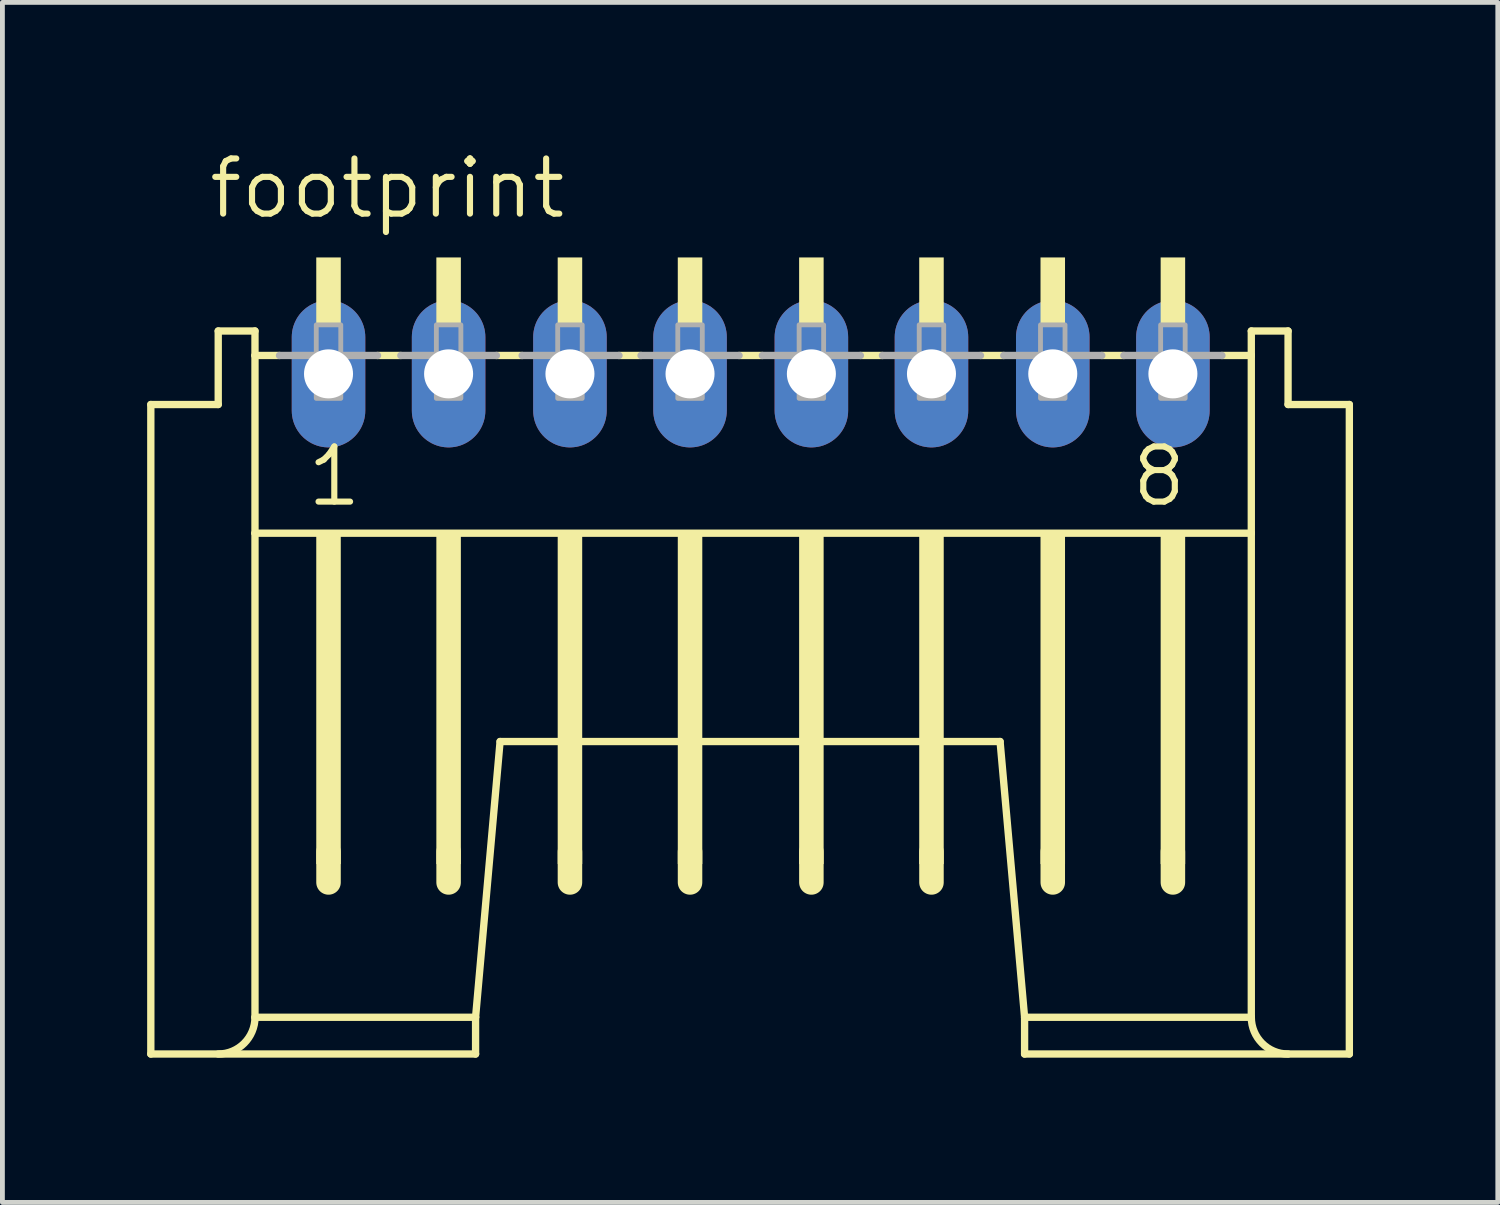
<source format=kicad_pcb>
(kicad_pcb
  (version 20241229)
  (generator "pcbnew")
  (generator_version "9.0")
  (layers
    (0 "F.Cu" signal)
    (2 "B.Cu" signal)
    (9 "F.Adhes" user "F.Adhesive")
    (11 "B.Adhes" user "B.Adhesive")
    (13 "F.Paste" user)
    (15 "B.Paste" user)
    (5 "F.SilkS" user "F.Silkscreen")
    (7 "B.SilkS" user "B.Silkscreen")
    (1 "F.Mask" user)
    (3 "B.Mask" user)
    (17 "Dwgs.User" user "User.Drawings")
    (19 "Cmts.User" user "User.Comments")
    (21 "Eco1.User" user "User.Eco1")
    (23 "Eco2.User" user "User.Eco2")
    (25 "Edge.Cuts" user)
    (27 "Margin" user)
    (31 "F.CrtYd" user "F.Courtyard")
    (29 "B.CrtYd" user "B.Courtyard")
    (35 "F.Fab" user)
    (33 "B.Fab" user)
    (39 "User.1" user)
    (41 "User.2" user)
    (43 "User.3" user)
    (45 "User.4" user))
  (footprint "footprint"
    (layer "F.Cu")
    (at 3.759 6.604)
    (property "Reference" "footprint" (at -2.54 -5.08 0) (layer "F.SilkS") (effects (font (size 1.143 1.143) (thickness 0.127)) (justify left bottom)))
    (fp_line (start -3.683 12.192) (end -3.683 -1.27) (stroke (width 0.152) (type solid)) (layer "F.SilkS"))
    (fp_line (start -3.683 12.192) (end 3.048 12.192) (stroke (width 0.152) (type solid)) (layer "F.SilkS"))
    (fp_line (start -2.286 -1.27) (end -3.683 -1.27) (stroke (width 0.152) (type solid)) (layer "F.SilkS"))
    (fp_line (start -2.286 -1.27) (end -2.286 -2.794) (stroke (width 0.152) (type solid)) (layer "F.SilkS"))
    (fp_line (start -1.524 -2.794) (end -2.286 -2.794) (stroke (width 0.152) (type solid)) (layer "F.SilkS"))
    (fp_line (start -1.524 -2.286) (end -1.524 -2.794) (stroke (width 0.152) (type solid)) (layer "F.SilkS"))
    (fp_line (start -1.524 1.397) (end -1.524 -2.286) (stroke (width 0.152) (type solid)) (layer "F.SilkS"))
    (fp_line (start -1.524 11.43) (end -1.524 1.397) (stroke (width 0.152) (type solid)) (layer "F.SilkS"))
    (fp_line (start -1.524 11.43) (end 3.048 11.43) (stroke (width 0.152) (type solid)) (layer "F.SilkS"))
    (fp_line (start -1.016 -2.286) (end -1.524 -2.286) (stroke (width 0.152) (type solid)) (layer "F.SilkS"))
    (fp_line (start 0 8.001) (end 0 8.636) (stroke (width 0.508) (type solid)) (layer "F.SilkS"))
    (fp_line (start 1.499 -2.286) (end 1.016 -2.286) (stroke (width 0.152) (type solid)) (layer "F.SilkS"))
    (fp_line (start 2.489 8.001) (end 2.489 8.636) (stroke (width 0.508) (type solid)) (layer "F.SilkS"))
    (fp_line (start 3.048 11.43) (end 3.556 5.715) (stroke (width 0.152) (type solid)) (layer "F.SilkS"))
    (fp_line (start 3.048 12.192) (end 3.048 11.43) (stroke (width 0.152) (type solid)) (layer "F.SilkS"))
    (fp_line (start 3.556 5.715) (end 13.919 5.715) (stroke (width 0.152) (type solid)) (layer "F.SilkS"))
    (fp_line (start 4.013 -2.286) (end 3.48 -2.286) (stroke (width 0.152) (type solid)) (layer "F.SilkS"))
    (fp_line (start 5.004 8.001) (end 5.004 8.636) (stroke (width 0.508) (type solid)) (layer "F.SilkS"))
    (fp_line (start 6.477 -2.286) (end 6.02 -2.286) (stroke (width 0.152) (type solid)) (layer "F.SilkS"))
    (fp_line (start 7.493 8.001) (end 7.493 8.636) (stroke (width 0.508) (type solid)) (layer "F.SilkS"))
    (fp_line (start 8.992 -2.286) (end 8.509 -2.286) (stroke (width 0.152) (type solid)) (layer "F.SilkS"))
    (fp_line (start 10.008 8.001) (end 10.008 8.636) (stroke (width 0.508) (type solid)) (layer "F.SilkS"))
    (fp_line (start 11.481 -2.286) (end 11.024 -2.286) (stroke (width 0.152) (type solid)) (layer "F.SilkS"))
    (fp_line (start 12.497 8.001) (end 12.497 8.636) (stroke (width 0.508) (type solid)) (layer "F.SilkS"))
    (fp_line (start 13.995 -2.286) (end 13.513 -2.286) (stroke (width 0.152) (type solid)) (layer "F.SilkS"))
    (fp_line (start 14.427 11.43) (end 13.919 5.715) (stroke (width 0.152) (type solid)) (layer "F.SilkS"))
    (fp_line (start 14.427 12.192) (end 14.427 11.43) (stroke (width 0.152) (type solid)) (layer "F.SilkS"))
    (fp_line (start 14.427 12.192) (end 21.158 12.192) (stroke (width 0.152) (type solid)) (layer "F.SilkS"))
    (fp_line (start 15.011 8.001) (end 15.011 8.636) (stroke (width 0.508) (type solid)) (layer "F.SilkS"))
    (fp_line (start 16.485 -2.286) (end 16.027 -2.286) (stroke (width 0.152) (type solid)) (layer "F.SilkS"))
    (fp_line (start 17.501 8.001) (end 17.501 8.636) (stroke (width 0.508) (type solid)) (layer "F.SilkS"))
    (fp_line (start 19.126 -2.794) (end 19.126 -2.286) (stroke (width 0.152) (type solid)) (layer "F.SilkS"))
    (fp_line (start 19.126 -2.286) (end 18.517 -2.286) (stroke (width 0.152) (type solid)) (layer "F.SilkS"))
    (fp_line (start 19.126 -2.286) (end 19.126 1.397) (stroke (width 0.152) (type solid)) (layer "F.SilkS"))
    (fp_line (start 19.126 1.397) (end -1.524 1.397) (stroke (width 0.152) (type solid)) (layer "F.SilkS"))
    (fp_line (start 19.126 1.397) (end 19.126 11.43) (stroke (width 0.152) (type solid)) (layer "F.SilkS"))
    (fp_line (start 19.126 11.43) (end 14.427 11.43) (stroke (width 0.152) (type solid)) (layer "F.SilkS"))
    (fp_line (start 19.888 -2.794) (end 19.126 -2.794) (stroke (width 0.152) (type solid)) (layer "F.SilkS"))
    (fp_line (start 19.888 -2.794) (end 19.888 -1.27) (stroke (width 0.152) (type solid)) (layer "F.SilkS"))
    (fp_line (start 21.158 -1.27) (end 19.888 -1.27) (stroke (width 0.152) (type solid)) (layer "F.SilkS"))
    (fp_line (start 21.158 -1.27) (end 21.158 12.192) (stroke (width 0.152) (type solid)) (layer "F.SilkS"))
    (fp_arc (start -1.524 11.43) (mid -1.747185 11.968815) (end -2.286 12.192) (stroke (width 0.1524) (type solid)) (layer "F.SilkS"))
    (fp_arc (start 19.8882 12.192) (mid 19.349385 11.968815) (end 19.1262 11.43) (stroke (width 0.1524) (type solid)) (layer "F.SilkS"))
    (fp_poly (pts (xy -0.254 -2.921) (xy 0.254 -2.921) (xy 0.254 -4.318) (xy -0.254 -4.318)) (stroke (width 0) (type solid)) (fill yes) (layer "F.SilkS"))
    (fp_poly (pts (xy -0.254 8.255) (xy 0.254 8.255) (xy 0.254 1.397) (xy -0.254 1.397)) (stroke (width 0) (type solid)) (fill yes) (layer "F.SilkS"))
    (fp_poly (pts (xy 2.235 -2.921) (xy 2.743 -2.921) (xy 2.743 -4.318) (xy 2.235 -4.318)) (stroke (width 0) (type solid)) (fill yes) (layer "F.SilkS"))
    (fp_poly (pts (xy 2.235 8.255) (xy 2.743 8.255) (xy 2.743 1.397) (xy 2.235 1.397)) (stroke (width 0) (type solid)) (fill yes) (layer "F.SilkS"))
    (fp_poly (pts (xy 4.75 -2.921) (xy 5.258 -2.921) (xy 5.258 -4.318) (xy 4.75 -4.318)) (stroke (width 0) (type solid)) (fill yes) (layer "F.SilkS"))
    (fp_poly (pts (xy 4.75 8.255) (xy 5.258 8.255) (xy 5.258 1.397) (xy 4.75 1.397)) (stroke (width 0) (type solid)) (fill yes) (layer "F.SilkS"))
    (fp_poly (pts (xy 7.239 -2.921) (xy 7.747 -2.921) (xy 7.747 -4.318) (xy 7.239 -4.318)) (stroke (width 0) (type solid)) (fill yes) (layer "F.SilkS"))
    (fp_poly (pts (xy 7.239 8.255) (xy 7.747 8.255) (xy 7.747 1.397) (xy 7.239 1.397)) (stroke (width 0) (type solid)) (fill yes) (layer "F.SilkS"))
    (fp_poly (pts (xy 9.754 -2.921) (xy 10.262 -2.921) (xy 10.262 -4.318) (xy 9.754 -4.318)) (stroke (width 0) (type solid)) (fill yes) (layer "F.SilkS"))
    (fp_poly (pts (xy 9.754 8.255) (xy 10.262 8.255) (xy 10.262 1.397) (xy 9.754 1.397)) (stroke (width 0) (type solid)) (fill yes) (layer "F.SilkS"))
    (fp_poly (pts (xy 12.243 -2.921) (xy 12.751 -2.921) (xy 12.751 -4.318) (xy 12.243 -4.318)) (stroke (width 0) (type solid)) (fill yes) (layer "F.SilkS"))
    (fp_poly (pts (xy 12.243 8.255) (xy 12.751 8.255) (xy 12.751 1.397) (xy 12.243 1.397)) (stroke (width 0) (type solid)) (fill yes) (layer "F.SilkS"))
    (fp_poly (pts (xy 14.757 -2.921) (xy 15.265 -2.921) (xy 15.265 -4.318) (xy 14.757 -4.318)) (stroke (width 0) (type solid)) (fill yes) (layer "F.SilkS"))
    (fp_poly (pts (xy 14.757 8.255) (xy 15.265 8.255) (xy 15.265 1.397) (xy 14.757 1.397)) (stroke (width 0) (type solid)) (fill yes) (layer "F.SilkS"))
    (fp_poly (pts (xy 17.247 -2.921) (xy 17.755 -2.921) (xy 17.755 -4.318) (xy 17.247 -4.318)) (stroke (width 0) (type solid)) (fill yes) (layer "F.SilkS"))
    (fp_poly (pts (xy 17.247 8.255) (xy 17.755 8.255) (xy 17.755 1.397) (xy 17.247 1.397)) (stroke (width 0) (type solid)) (fill yes) (layer "F.SilkS"))
    (fp_line (start -1.016 -2.286) (end 1.016 -2.286) (stroke (width 0.152) (type solid)) (layer "F.Fab"))
    (fp_line (start 1.499 -2.286) (end 3.48 -2.286) (stroke (width 0.152) (type solid)) (layer "F.Fab"))
    (fp_line (start 4.013 -2.286) (end 6.02 -2.286) (stroke (width 0.152) (type solid)) (layer "F.Fab"))
    (fp_line (start 6.477 -2.286) (end 8.509 -2.286) (stroke (width 0.152) (type solid)) (layer "F.Fab"))
    (fp_line (start 8.992 -2.286) (end 11.024 -2.286) (stroke (width 0.152) (type solid)) (layer "F.Fab"))
    (fp_line (start 11.481 -2.286) (end 13.513 -2.286) (stroke (width 0.152) (type solid)) (layer "F.Fab"))
    (fp_line (start 13.995 -2.286) (end 16.027 -2.286) (stroke (width 0.152) (type solid)) (layer "F.Fab"))
    (fp_line (start 16.485 -2.286) (end 18.517 -2.286) (stroke (width 0.152) (type solid)) (layer "F.Fab"))
    (fp_poly (pts (xy -0.254 -1.397) (xy 0.254 -1.397) (xy 0.254 -2.921) (xy -0.254 -2.921)) (stroke (width 0.1) (type solid)) (fill no) (layer "F.Fab"))
    (fp_poly (pts (xy 2.235 -1.397) (xy 2.743 -1.397) (xy 2.743 -2.921) (xy 2.235 -2.921)) (stroke (width 0.1) (type solid)) (fill no) (layer "F.Fab"))
    (fp_poly (pts (xy 4.75 -1.397) (xy 5.258 -1.397) (xy 5.258 -2.921) (xy 4.75 -2.921)) (stroke (width 0.1) (type solid)) (fill no) (layer "F.Fab"))
    (fp_poly (pts (xy 7.239 -1.397) (xy 7.747 -1.397) (xy 7.747 -2.921) (xy 7.239 -2.921)) (stroke (width 0.1) (type solid)) (fill no) (layer "F.Fab"))
    (fp_poly (pts (xy 9.754 -1.397) (xy 10.262 -1.397) (xy 10.262 -2.921) (xy 9.754 -2.921)) (stroke (width 0.1) (type solid)) (fill no) (layer "F.Fab"))
    (fp_poly (pts (xy 12.243 -1.397) (xy 12.751 -1.397) (xy 12.751 -2.921) (xy 12.243 -2.921)) (stroke (width 0.1) (type solid)) (fill no) (layer "F.Fab"))
    (fp_poly (pts (xy 14.757 -1.397) (xy 15.265 -1.397) (xy 15.265 -2.921) (xy 14.757 -2.921)) (stroke (width 0.1) (type solid)) (fill no) (layer "F.Fab"))
    (fp_poly (pts (xy 17.247 -1.397) (xy 17.755 -1.397) (xy 17.755 -2.921) (xy 17.247 -2.921)) (stroke (width 0.1) (type solid)) (fill no) (layer "F.Fab"))
    (fp_text user "1" (at -0.508 0.889 0) (layer "F.SilkS") (effects (font (size 1.143 1.143) (thickness 0.127)) (justify left bottom)))
    (fp_text user "8" (at 16.586 0.889 0) (layer "F.SilkS") (effects (font (size 1.143 1.143) (thickness 0.127)) (justify left bottom)))
    (pad "1" thru_hole oval (at 0 -1.905 90) (size 3.048 1.524) (drill 1.016) (layers "*.Cu" "*.Mask"))
    (pad "2" thru_hole oval (at 2.489 -1.905 90) (size 3.048 1.524) (drill 1.016) (layers "*.Cu" "*.Mask"))
    (pad "3" thru_hole oval (at 5.004 -1.905 90) (size 3.048 1.524) (drill 1.016) (layers "*.Cu" "*.Mask"))
    (pad "4" thru_hole oval (at 7.493 -1.905 90) (size 3.048 1.524) (drill 1.016) (layers "*.Cu" "*.Mask"))
    (pad "5" thru_hole oval (at 10.008 -1.905 90) (size 3.048 1.524) (drill 1.016) (layers "*.Cu" "*.Mask"))
    (pad "6" thru_hole oval (at 12.497 -1.905 90) (size 3.048 1.524) (drill 1.016) (layers "*.Cu" "*.Mask"))
    (pad "7" thru_hole oval (at 15.011 -1.905 90) (size 3.048 1.524) (drill 1.016) (layers "*.Cu" "*.Mask"))
    (pad "8" thru_hole oval (at 17.501 -1.905 90) (size 3.048 1.524) (drill 1.016) (layers "*.Cu" "*.Mask")))
  (gr_rect
    (start -3 -3)
    (end 27.994 21.872)
    (stroke (width 0.1) (type default))
    (fill no)
    (layer "Edge.Cuts")))
</source>
